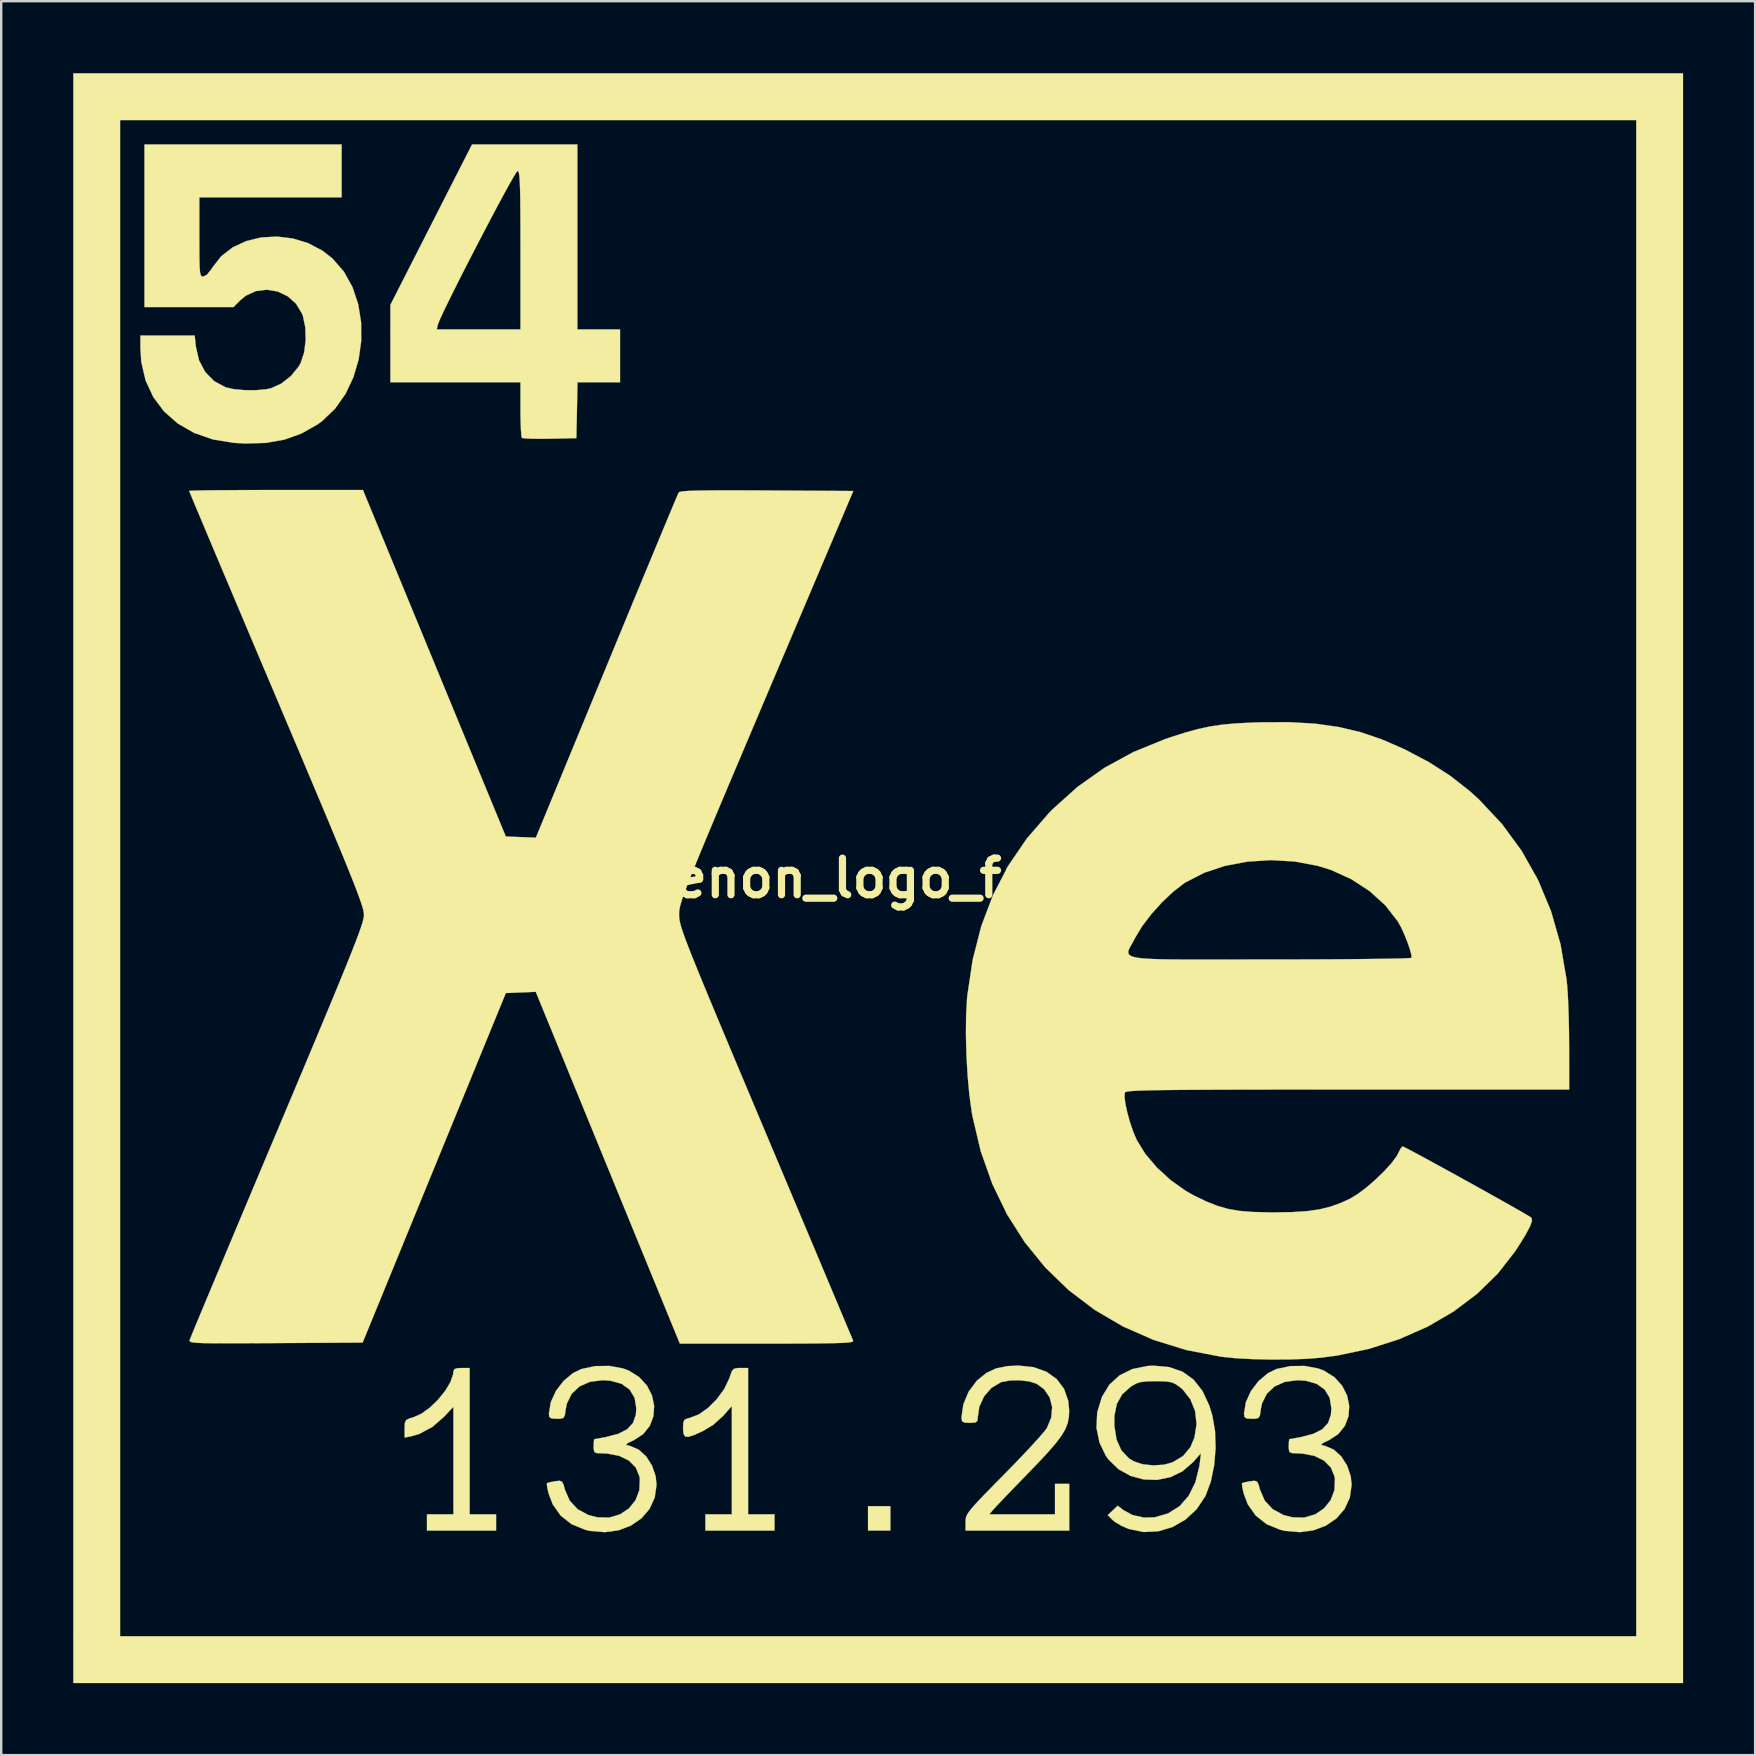
<source format=kicad_pcb>
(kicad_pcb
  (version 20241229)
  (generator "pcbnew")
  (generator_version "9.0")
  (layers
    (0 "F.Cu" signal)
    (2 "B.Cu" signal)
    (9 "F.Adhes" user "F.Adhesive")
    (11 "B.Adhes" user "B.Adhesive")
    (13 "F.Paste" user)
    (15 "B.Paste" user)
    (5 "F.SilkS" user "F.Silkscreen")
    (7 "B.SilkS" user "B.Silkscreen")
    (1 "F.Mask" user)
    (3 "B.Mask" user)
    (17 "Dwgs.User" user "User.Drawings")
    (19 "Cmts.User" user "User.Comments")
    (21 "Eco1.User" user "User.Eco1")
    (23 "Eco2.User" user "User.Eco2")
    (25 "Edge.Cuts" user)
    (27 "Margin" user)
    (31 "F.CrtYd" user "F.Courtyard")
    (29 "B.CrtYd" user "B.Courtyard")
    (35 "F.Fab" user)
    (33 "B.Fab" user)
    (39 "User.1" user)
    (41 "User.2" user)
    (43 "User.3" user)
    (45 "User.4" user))
  (footprint "xenon_logo_front"
    (layer "F.Cu")
    (at 33.533 33.533)
    (property "Reference" "xenon_logo_front" (at 0 0 0) (layer "F.SilkS") (effects (font (size 1.524 1.524) (thickness 0.3))))
    (attr through_hole)
    (fp_poly (pts (xy 0.508 27.178) (xy -0.423 27.178) (xy -0.423 26.162) (xy 0.508 26.162) (xy 0.508 27.178)) (stroke (width 0.01) (type solid)) (fill yes) (layer "F.SilkS"))
    (fp_poly (pts (xy 33.528 33.528) (xy -33.528 33.528) (xy -33.528 -31.581) (xy -31.581 -31.581) (xy -31.581 31.581) (xy 31.581 31.581) (xy 31.581 -31.581) (xy -31.581 -31.581) (xy -33.528 -31.581) (xy -33.528 -33.528) (xy 33.528 -33.528) (xy 33.528 33.528)) (stroke (width 0.01) (type solid)) (fill yes) (layer "F.SilkS"))
    (fp_poly (pts (xy -17.018 26.501) (xy -15.917 26.501) (xy -15.917 27.178) (xy -18.796 27.178) (xy -18.796 26.501) (xy -17.695 26.501) (xy -17.695 22.021) (xy -18.085 22.437) (xy -18.576 22.863) (xy -19.113 23.15) (xy -19.454 23.25) (xy -19.727 23.305) (xy -19.727 22.93) (xy -19.719 22.698) (xy -19.664 22.575) (xy -19.517 22.502) (xy -19.36 22.458) (xy -19.024 22.308) (xy -18.671 22.051) (xy -18.332 21.722) (xy -18.037 21.357) (xy -17.817 20.99) (xy -17.704 20.658) (xy -17.695 20.557) (xy -17.66 20.456) (xy -17.526 20.412) (xy -17.357 20.405) (xy -17.018 20.405) (xy -17.018 26.501)) (stroke (width 0.01) (type solid)) (fill yes) (layer "F.SilkS"))
    (fp_poly (pts (xy -5.419 26.501) (xy -4.318 26.501) (xy -4.318 27.178) (xy -7.197 27.178) (xy -7.197 26.501) (xy -6.096 26.501) (xy -6.096 21.989) (xy -6.452 22.394) (xy -6.873 22.773) (xy -7.32 23.041) (xy -7.677 23.201) (xy -7.911 23.273) (xy -8.047 23.255) (xy -8.111 23.142) (xy -8.128 22.93) (xy -8.128 22.912) (xy -8.118 22.678) (xy -8.067 22.561) (xy -7.937 22.504) (xy -7.853 22.486) (xy -7.473 22.34) (xy -7.083 22.065) (xy -6.717 21.699) (xy -6.412 21.277) (xy -6.2 20.835) (xy -6.176 20.763) (xy -6.099 20.54) (xy -6.007 20.436) (xy -5.847 20.406) (xy -5.744 20.405) (xy -5.419 20.405) (xy -5.419 26.501)) (stroke (width 0.01) (type solid)) (fill yes) (layer "F.SilkS"))
    (fp_poly (pts (xy -12.531 -22.86) (xy -10.753 -22.86) (xy -10.753 -20.659) (xy -12.526 -20.659) (xy -12.549 -19.494) (xy -12.573 -18.33) (xy -13.678 -18.307) (xy -14.095 -18.302) (xy -14.449 -18.307) (xy -14.708 -18.319) (xy -14.836 -18.338) (xy -14.843 -18.342) (xy -14.864 -18.444) (xy -14.882 -18.682) (xy -14.895 -19.023) (xy -14.901 -19.434) (xy -14.901 -19.53) (xy -14.901 -20.659) (xy -20.32 -20.659) (xy -20.32 -22.86) (xy -18.391 -22.86) (xy -14.901 -22.86) (xy -14.901 -26.162) (xy -14.902 -27.011) (xy -14.905 -27.706) (xy -14.91 -28.26) (xy -14.918 -28.689) (xy -14.93 -29.007) (xy -14.945 -29.229) (xy -14.965 -29.369) (xy -14.991 -29.443) (xy -15.021 -29.464) (xy -15.08 -29.391) (xy -15.205 -29.186) (xy -15.386 -28.868) (xy -15.613 -28.455) (xy -15.876 -27.966) (xy -16.165 -27.421) (xy -16.47 -26.838) (xy -16.783 -26.237) (xy -17.092 -25.636) (xy -17.388 -25.055) (xy -17.661 -24.512) (xy -17.901 -24.027) (xy -18.099 -23.619) (xy -18.244 -23.305) (xy -18.326 -23.107) (xy -18.339 -23.067) (xy -18.391 -22.86) (xy -20.32 -22.86) (xy -20.32 -23.883) (xy -18.62 -27.224) (xy -16.919 -30.565) (xy -12.531 -30.565) (xy -12.531 -22.86)) (stroke (width 0.01) (type solid)) (fill yes) (layer "F.SilkS"))
    (fp_poly (pts (xy 6.477 20.371) (xy 7.011 20.562) (xy 7.437 20.867) (xy 7.744 21.276) (xy 7.919 21.778) (xy 7.957 22.177) (xy 7.944 22.447) (xy 7.895 22.698) (xy 7.798 22.951) (xy 7.637 23.223) (xy 7.402 23.537) (xy 7.079 23.912) (xy 6.654 24.368) (xy 6.27 24.765) (xy 5.877 25.17) (xy 5.515 25.543) (xy 5.206 25.866) (xy 4.967 26.117) (xy 4.82 26.276) (xy 4.79 26.31) (xy 4.63 26.501) (xy 7.366 26.501) (xy 7.366 25.231) (xy 7.959 25.231) (xy 7.959 27.178) (xy 3.641 27.178) (xy 3.641 26.823) (xy 3.644 26.713) (xy 3.664 26.61) (xy 3.713 26.499) (xy 3.805 26.362) (xy 3.952 26.183) (xy 4.169 25.945) (xy 4.469 25.633) (xy 4.864 25.229) (xy 5.234 24.854) (xy 5.671 24.407) (xy 6.077 23.982) (xy 6.435 23.599) (xy 6.726 23.277) (xy 6.932 23.037) (xy 7.029 22.907) (xy 7.211 22.47) (xy 7.247 22.033) (xy 7.143 21.628) (xy 6.907 21.285) (xy 6.598 21.061) (xy 6.291 20.964) (xy 5.896 20.918) (xy 5.489 20.925) (xy 5.144 20.99) (xy 5.107 21.003) (xy 4.718 21.235) (xy 4.411 21.587) (xy 4.213 22.021) (xy 4.149 22.458) (xy 4.133 22.607) (xy 4.054 22.674) (xy 3.864 22.69) (xy 3.81 22.691) (xy 3.593 22.68) (xy 3.496 22.626) (xy 3.472 22.494) (xy 3.471 22.452) (xy 3.55 21.914) (xy 3.768 21.393) (xy 4.102 20.945) (xy 4.136 20.911) (xy 4.508 20.612) (xy 4.913 20.422) (xy 5.395 20.326) (xy 5.848 20.305) (xy 6.477 20.371)) (stroke (width 0.01) (type solid)) (fill yes) (layer "F.SilkS"))
    (fp_poly (pts (xy -22.352 -28.363) (xy -28.279 -28.363) (xy -28.279 -26.712) (xy -28.278 -26.145) (xy -28.274 -25.725) (xy -28.265 -25.43) (xy -28.248 -25.238) (xy -28.222 -25.127) (xy -28.184 -25.076) (xy -28.133 -25.062) (xy -28.117 -25.061) (xy -27.964 -25.139) (xy -27.786 -25.356) (xy -27.738 -25.433) (xy -27.365 -25.911) (xy -26.885 -26.281) (xy -26.322 -26.542) (xy -25.702 -26.691) (xy -25.05 -26.728) (xy -24.391 -26.65) (xy -23.75 -26.455) (xy -23.151 -26.141) (xy -22.733 -25.815) (xy -22.254 -25.263) (xy -21.897 -24.619) (xy -21.66 -23.908) (xy -21.539 -23.153) (xy -21.535 -22.378) (xy -21.643 -21.608) (xy -21.862 -20.865) (xy -22.19 -20.173) (xy -22.625 -19.557) (xy -23.164 -19.041) (xy -23.364 -18.897) (xy -24.03 -18.521) (xy -24.734 -18.269) (xy -25.503 -18.133) (xy -26.366 -18.107) (xy -26.839 -18.134) (xy -27.712 -18.276) (xy -28.494 -18.548) (xy -29.175 -18.939) (xy -29.747 -19.441) (xy -30.197 -20.042) (xy -30.518 -20.733) (xy -30.697 -21.503) (xy -30.734 -22.073) (xy -30.734 -22.606) (xy -28.472 -22.606) (xy -28.425 -22.151) (xy -28.293 -21.574) (xy -28.034 -21.085) (xy -27.662 -20.705) (xy -27.191 -20.452) (xy -27.187 -20.45) (xy -26.84 -20.371) (xy -26.397 -20.33) (xy -25.927 -20.328) (xy -25.5 -20.366) (xy -25.296 -20.409) (xy -24.867 -20.602) (xy -24.466 -20.917) (xy -24.146 -21.307) (xy -24.061 -21.456) (xy -23.915 -21.892) (xy -23.849 -22.409) (xy -23.864 -22.94) (xy -23.963 -23.416) (xy -24 -23.515) (xy -24.253 -23.934) (xy -24.605 -24.245) (xy -25.022 -24.441) (xy -25.472 -24.514) (xy -25.924 -24.457) (xy -26.344 -24.264) (xy -26.568 -24.08) (xy -26.856 -23.791) (xy -30.565 -23.791) (xy -30.565 -30.565) (xy -22.352 -30.565) (xy -22.352 -28.363)) (stroke (width 0.01) (type solid)) (fill yes) (layer "F.SilkS"))
    (fp_poly (pts (xy 12.129 20.369) (xy 12.681 20.561) (xy 13.139 20.89) (xy 13.509 21.36) (xy 13.796 21.974) (xy 13.923 22.392) (xy 14.034 23.041) (xy 14.057 23.75) (xy 13.996 24.468) (xy 13.857 25.14) (xy 13.643 25.715) (xy 13.626 25.75) (xy 13.264 26.292) (xy 12.8 26.722) (xy 12.262 27.031) (xy 11.674 27.207) (xy 11.064 27.239) (xy 10.456 27.116) (xy 10.426 27.106) (xy 10.13 26.977) (xy 9.872 26.824) (xy 9.767 26.739) (xy 9.563 26.535) (xy 9.772 26.338) (xy 9.981 26.142) (xy 10.208 26.321) (xy 10.595 26.53) (xy 11.061 26.636) (xy 11.507 26.627) (xy 12.079 26.463) (xy 12.557 26.161) (xy 12.937 25.727) (xy 13.214 25.166) (xy 13.383 24.486) (xy 13.405 24.317) (xy 13.447 23.954) (xy 13.119 24.327) (xy 12.679 24.708) (xy 12.169 24.954) (xy 11.618 25.067) (xy 11.057 25.048) (xy 10.515 24.901) (xy 10.02 24.627) (xy 9.603 24.227) (xy 9.488 24.069) (xy 9.22 23.516) (xy 9.095 22.903) (xy 9.117 22.409) (xy 9.839 22.409) (xy 9.84 22.822) (xy 9.932 23.391) (xy 10.132 23.836) (xy 10.445 24.167) (xy 10.647 24.293) (xy 11.014 24.416) (xy 11.46 24.463) (xy 11.912 24.432) (xy 12.258 24.337) (xy 12.696 24.076) (xy 13.006 23.705) (xy 13.177 23.299) (xy 13.263 22.741) (xy 13.203 22.2) (xy 13.007 21.709) (xy 12.686 21.3) (xy 12.559 21.193) (xy 12.385 21.073) (xy 12.219 21.001) (xy 12.007 20.966) (xy 11.697 20.956) (xy 11.557 20.955) (xy 11.193 20.962) (xy 10.941 20.991) (xy 10.747 21.053) (xy 10.554 21.163) (xy 10.524 21.182) (xy 10.166 21.501) (xy 9.94 21.906) (xy 9.839 22.409) (xy 9.117 22.409) (xy 9.124 22.273) (xy 9.13 22.239) (xy 9.32 21.612) (xy 9.631 21.101) (xy 10.057 20.711) (xy 10.59 20.449) (xy 11.221 20.321) (xy 11.479 20.309) (xy 12.129 20.369)) (stroke (width 0.01) (type solid)) (fill yes) (layer "F.SilkS"))
    (fp_poly (pts (xy -10.624 20.425) (xy -10.382 20.516) (xy -9.948 20.79) (xy -9.627 21.144) (xy -9.421 21.552) (xy -9.332 21.984) (xy -9.362 22.415) (xy -9.513 22.815) (xy -9.788 23.158) (xy -10.163 23.404) (xy -10.4 23.517) (xy -10.499 23.581) (xy -10.475 23.617) (xy -10.345 23.649) (xy -10.343 23.649) (xy -9.98 23.803) (xy -9.664 24.089) (xy -9.419 24.474) (xy -9.268 24.921) (xy -9.232 25.273) (xy -9.309 25.809) (xy -9.527 26.28) (xy -9.864 26.671) (xy -10.301 26.971) (xy -10.816 27.166) (xy -11.39 27.244) (xy -12.003 27.192) (xy -12.208 27.144) (xy -12.772 26.913) (xy -13.225 26.557) (xy -13.557 26.087) (xy -13.728 25.636) (xy -13.783 25.398) (xy -13.803 25.238) (xy -13.796 25.203) (xy -13.695 25.169) (xy -13.496 25.13) (xy -13.455 25.123) (xy -13.272 25.103) (xy -13.17 25.14) (xy -13.104 25.273) (xy -13.048 25.48) (xy -12.85 25.934) (xy -12.521 26.287) (xy -12.074 26.529) (xy -11.697 26.627) (xy -11.201 26.635) (xy -10.756 26.504) (xy -10.383 26.255) (xy -10.107 25.911) (xy -9.948 25.492) (xy -9.93 25.022) (xy -9.945 24.922) (xy -10.096 24.553) (xy -10.383 24.263) (xy -10.788 24.065) (xy -11.295 23.969) (xy -11.493 23.961) (xy -11.719 23.953) (xy -11.823 23.905) (xy -11.852 23.776) (xy -11.853 23.664) (xy -11.846 23.468) (xy -11.827 23.371) (xy -11.823 23.368) (xy -11.729 23.354) (xy -11.522 23.316) (xy -11.351 23.284) (xy -10.828 23.148) (xy -10.455 22.957) (xy -10.216 22.699) (xy -10.096 22.357) (xy -10.076 22.081) (xy -10.147 21.645) (xy -10.354 21.304) (xy -10.689 21.065) (xy -11.143 20.936) (xy -11.485 20.914) (xy -12.011 20.982) (xy -12.444 21.175) (xy -12.768 21.48) (xy -12.967 21.884) (xy -13.017 22.131) (xy -13.05 22.368) (xy -13.108 22.482) (xy -13.232 22.518) (xy -13.388 22.521) (xy -13.602 22.509) (xy -13.695 22.451) (xy -13.716 22.314) (xy -13.716 22.298) (xy -13.638 21.828) (xy -13.426 21.364) (xy -13.108 20.947) (xy -12.717 20.62) (xy -12.363 20.448) (xy -11.788 20.326) (xy -11.187 20.319) (xy -10.624 20.425)) (stroke (width 0.01) (type solid)) (fill yes) (layer "F.SilkS"))
    (fp_poly (pts (xy 18.332 20.425) (xy 18.574 20.516) (xy 19.008 20.79) (xy 19.329 21.144) (xy 19.535 21.552) (xy 19.624 21.984) (xy 19.594 22.415) (xy 19.443 22.815) (xy 19.168 23.158) (xy 18.793 23.404) (xy 18.556 23.517) (xy 18.457 23.581) (xy 18.481 23.617) (xy 18.611 23.649) (xy 18.613 23.649) (xy 18.976 23.803) (xy 19.292 24.089) (xy 19.537 24.474) (xy 19.688 24.921) (xy 19.724 25.273) (xy 19.647 25.809) (xy 19.429 26.28) (xy 19.092 26.671) (xy 18.655 26.971) (xy 18.14 27.166) (xy 17.566 27.244) (xy 16.953 27.192) (xy 16.748 27.144) (xy 16.184 26.913) (xy 15.731 26.557) (xy 15.399 26.087) (xy 15.228 25.636) (xy 15.173 25.398) (xy 15.153 25.238) (xy 15.16 25.203) (xy 15.261 25.169) (xy 15.46 25.13) (xy 15.501 25.123) (xy 15.684 25.103) (xy 15.786 25.14) (xy 15.852 25.273) (xy 15.908 25.48) (xy 16.106 25.934) (xy 16.435 26.287) (xy 16.882 26.529) (xy 17.259 26.627) (xy 17.755 26.635) (xy 18.2 26.504) (xy 18.573 26.255) (xy 18.849 25.911) (xy 19.008 25.492) (xy 19.026 25.022) (xy 19.011 24.922) (xy 18.86 24.553) (xy 18.573 24.263) (xy 18.168 24.065) (xy 17.661 23.969) (xy 17.462 23.961) (xy 17.237 23.953) (xy 17.133 23.905) (xy 17.104 23.776) (xy 17.103 23.664) (xy 17.11 23.468) (xy 17.129 23.371) (xy 17.133 23.368) (xy 17.227 23.354) (xy 17.434 23.316) (xy 17.605 23.284) (xy 18.128 23.148) (xy 18.501 22.957) (xy 18.74 22.699) (xy 18.86 22.357) (xy 18.88 22.081) (xy 18.809 21.645) (xy 18.602 21.304) (xy 18.267 21.065) (xy 17.813 20.936) (xy 17.471 20.914) (xy 16.945 20.982) (xy 16.512 21.175) (xy 16.188 21.48) (xy 15.989 21.884) (xy 15.939 22.131) (xy 15.906 22.368) (xy 15.848 22.482) (xy 15.724 22.518) (xy 15.568 22.521) (xy 15.354 22.509) (xy 15.261 22.451) (xy 15.24 22.314) (xy 15.24 22.298) (xy 15.318 21.828) (xy 15.53 21.364) (xy 15.848 20.947) (xy 16.239 20.62) (xy 16.593 20.448) (xy 17.168 20.326) (xy 17.769 20.319) (xy 18.332 20.425)) (stroke (width 0.01) (type solid)) (fill yes) (layer "F.SilkS"))
    (fp_poly (pts (xy -21.463 -16.17) (xy -18.488 -8.953) (xy -15.512 -1.736) (xy -14.886 -1.711) (xy -14.26 -1.687) (xy -11.318 -8.823) (xy -10.887 -9.868) (xy -10.473 -10.87) (xy -10.082 -11.816) (xy -9.718 -12.696) (xy -9.385 -13.499) (xy -9.088 -14.214) (xy -8.832 -14.828) (xy -8.622 -15.332) (xy -8.462 -15.713) (xy -8.357 -15.961) (xy -8.311 -16.065) (xy -8.31 -16.066) (xy -8.259 -16.093) (xy -8.133 -16.115) (xy -7.921 -16.132) (xy -7.609 -16.144) (xy -7.185 -16.152) (xy -6.635 -16.156) (xy -5.949 -16.157) (xy -5.111 -16.154) (xy -4.64 -16.151) (xy -1.036 -16.129) (xy -4.663 -7.578) (xy -5.231 -6.236) (xy -5.737 -5.042) (xy -6.185 -3.984) (xy -6.576 -3.056) (xy -6.916 -2.246) (xy -7.208 -1.547) (xy -7.456 -0.949) (xy -7.663 -0.443) (xy -7.833 -0.019) (xy -7.969 0.33) (xy -8.076 0.615) (xy -8.156 0.845) (xy -8.214 1.029) (xy -8.253 1.175) (xy -8.277 1.293) (xy -8.289 1.392) (xy -8.293 1.482) (xy -8.293 1.503) (xy -8.292 1.59) (xy -8.285 1.683) (xy -8.267 1.79) (xy -8.237 1.922) (xy -8.189 2.085) (xy -8.12 2.291) (xy -8.028 2.549) (xy -7.907 2.866) (xy -7.755 3.253) (xy -7.567 3.718) (xy -7.341 4.271) (xy -7.072 4.921) (xy -6.758 5.677) (xy -6.393 6.548) (xy -5.976 7.543) (xy -5.501 8.672) (xy -4.966 9.943) (xy -4.691 10.597) (xy -4.209 11.742) (xy -3.745 12.844) (xy -3.304 13.892) (xy -2.889 14.878) (xy -2.505 15.79) (xy -2.157 16.619) (xy -1.848 17.354) (xy -1.582 17.986) (xy -1.365 18.503) (xy -1.2 18.897) (xy -1.091 19.156) (xy -1.043 19.271) (xy -1.041 19.276) (xy -1.056 19.304) (xy -1.131 19.327) (xy -1.28 19.345) (xy -1.516 19.36) (xy -1.853 19.371) (xy -2.304 19.379) (xy -2.883 19.385) (xy -3.602 19.388) (xy -4.475 19.389) (xy -4.63 19.389) (xy -8.262 19.389) (xy -11.263 12.062) (xy -14.264 4.735) (xy -15.51 4.784) (xy -18.493 12.065) (xy -21.476 19.346) (xy -25.099 19.368) (xy -25.977 19.373) (xy -26.701 19.377) (xy -27.285 19.377) (xy -27.743 19.375) (xy -28.091 19.369) (xy -28.343 19.359) (xy -28.514 19.344) (xy -28.618 19.324) (xy -28.671 19.299) (xy -28.686 19.267) (xy -28.682 19.241) (xy -28.644 19.145) (xy -28.545 18.902) (xy -28.389 18.524) (xy -28.179 18.021) (xy -27.921 17.402) (xy -27.618 16.679) (xy -27.275 15.86) (xy -26.897 14.957) (xy -26.486 13.979) (xy -26.048 12.937) (xy -25.587 11.841) (xy -25.107 10.701) (xy -25.031 10.521) (xy -24.458 9.159) (xy -23.947 7.944) (xy -23.496 6.868) (xy -23.1 5.921) (xy -22.757 5.096) (xy -22.462 4.382) (xy -22.213 3.772) (xy -22.005 3.257) (xy -21.835 2.827) (xy -21.7 2.475) (xy -21.596 2.191) (xy -21.52 1.967) (xy -21.468 1.794) (xy -21.437 1.663) (xy -21.422 1.566) (xy -21.421 1.524) (xy -21.427 1.442) (xy -21.448 1.331) (xy -21.489 1.184) (xy -21.551 0.991) (xy -21.639 0.743) (xy -21.756 0.432) (xy -21.905 0.049) (xy -22.091 -0.414) (xy -22.317 -0.967) (xy -22.586 -1.617) (xy -22.901 -2.375) (xy -23.267 -3.248) (xy -23.687 -4.245) (xy -24.164 -5.375) (xy -24.702 -6.647) (xy -25.061 -7.496) (xy -25.546 -8.64) (xy -26.012 -9.741) (xy -26.454 -10.787) (xy -26.869 -11.77) (xy -27.253 -12.678) (xy -27.601 -13.503) (xy -27.909 -14.234) (xy -28.172 -14.86) (xy -28.388 -15.373) (xy -28.55 -15.762) (xy -28.656 -16.017) (xy -28.701 -16.127) (xy -28.702 -16.131) (xy -28.62 -16.14) (xy -28.386 -16.148) (xy -28.018 -16.155) (xy -27.532 -16.161) (xy -26.947 -16.165) (xy -26.278 -16.169) (xy -25.544 -16.17) (xy -25.082 -16.171) (xy -21.463 -16.17)) (stroke (width 0.01) (type solid)) (fill yes) (layer "F.SilkS"))
    (fp_poly (pts (xy 18.204 -6.436) (xy 19.174 -6.3) (xy 20.089 -6.084) (xy 20.983 -5.781) (xy 21.89 -5.386) (xy 21.929 -5.368) (xy 22.944 -4.833) (xy 23.832 -4.264) (xy 24.637 -3.633) (xy 25.024 -3.283) (xy 25.983 -2.26) (xy 26.805 -1.14) (xy 27.488 0.072) (xy 28.029 1.371) (xy 28.425 2.751) (xy 28.674 4.205) (xy 28.703 4.479) (xy 28.728 4.824) (xy 28.75 5.295) (xy 28.768 5.851) (xy 28.78 6.447) (xy 28.784 7.041) (xy 28.784 7.048) (xy 28.787 8.805) (xy 19.555 8.805) (xy 18.09 8.806) (xy 16.786 8.806) (xy 15.632 8.808) (xy 14.621 8.81) (xy 13.742 8.813) (xy 12.988 8.817) (xy 12.349 8.822) (xy 11.816 8.828) (xy 11.379 8.836) (xy 11.03 8.845) (xy 10.76 8.856) (xy 10.56 8.868) (xy 10.421 8.883) (xy 10.333 8.899) (xy 10.287 8.918) (xy 10.276 8.93) (xy 10.263 9.114) (xy 10.302 9.412) (xy 10.383 9.782) (xy 10.495 10.183) (xy 10.628 10.572) (xy 10.767 10.9) (xy 11.124 11.48) (xy 11.609 12.053) (xy 12.187 12.582) (xy 12.818 13.03) (xy 13.166 13.225) (xy 13.676 13.47) (xy 14.134 13.652) (xy 14.58 13.779) (xy 15.057 13.861) (xy 15.606 13.905) (xy 16.268 13.922) (xy 16.51 13.923) (xy 17.25 13.911) (xy 17.86 13.871) (xy 18.377 13.799) (xy 18.838 13.685) (xy 19.282 13.524) (xy 19.643 13.36) (xy 19.961 13.17) (xy 20.327 12.895) (xy 20.707 12.568) (xy 21.067 12.221) (xy 21.373 11.885) (xy 21.592 11.592) (xy 21.667 11.451) (xy 21.761 11.268) (xy 21.843 11.178) (xy 21.852 11.176) (xy 21.94 11.216) (xy 22.155 11.327) (xy 22.477 11.499) (xy 22.885 11.72) (xy 23.358 11.978) (xy 23.877 12.263) (xy 24.42 12.563) (xy 24.968 12.867) (xy 25.499 13.163) (xy 25.994 13.44) (xy 26.432 13.687) (xy 26.791 13.892) (xy 27.053 14.045) (xy 27.196 14.133) (xy 27.215 14.147) (xy 27.238 14.269) (xy 27.158 14.501) (xy 26.974 14.849) (xy 26.684 15.317) (xy 26.522 15.562) (xy 25.806 16.48) (xy 24.955 17.31) (xy 23.981 18.045) (xy 22.899 18.677) (xy 21.72 19.199) (xy 20.459 19.605) (xy 19.128 19.886) (xy 18.44 19.977) (xy 17.829 20.025) (xy 17.117 20.05) (xy 16.357 20.053) (xy 15.601 20.036) (xy 14.905 19.998) (xy 14.321 19.94) (xy 14.297 19.937) (xy 12.846 19.659) (xy 11.478 19.237) (xy 10.2 18.676) (xy 9.017 17.982) (xy 7.936 17.162) (xy 6.963 16.22) (xy 6.104 15.164) (xy 5.365 13.999) (xy 4.752 12.731) (xy 4.27 11.366) (xy 3.927 9.91) (xy 3.897 9.737) (xy 3.8 9.031) (xy 3.726 8.226) (xy 3.677 7.371) (xy 3.656 6.519) (xy 3.663 5.719) (xy 3.701 5.024) (xy 3.713 4.897) (xy 3.937 3.397) (xy 4.007 3.127) (xy 10.42 3.127) (xy 10.467 3.202) (xy 10.574 3.262) (xy 10.752 3.307) (xy 11.012 3.341) (xy 11.364 3.364) (xy 11.82 3.379) (xy 12.389 3.387) (xy 13.083 3.39) (xy 13.912 3.39) (xy 14.886 3.388) (xy 16.017 3.387) (xy 16.293 3.387) (xy 17.276 3.386) (xy 18.208 3.383) (xy 19.076 3.379) (xy 19.866 3.373) (xy 20.565 3.365) (xy 21.159 3.357) (xy 21.634 3.348) (xy 21.976 3.337) (xy 22.172 3.326) (xy 22.215 3.319) (xy 22.213 3.197) (xy 22.152 2.967) (xy 22.05 2.669) (xy 21.921 2.347) (xy 21.782 2.044) (xy 21.65 1.805) (xy 21.129 1.134) (xy 20.475 0.541) (xy 19.714 0.044) (xy 18.87 -0.34) (xy 18.301 -0.517) (xy 17.341 -0.696) (xy 16.358 -0.752) (xy 15.382 -0.689) (xy 14.446 -0.512) (xy 13.579 -0.224) (xy 12.813 0.17) (xy 12.731 0.223) (xy 12.286 0.567) (xy 11.821 1.008) (xy 11.377 1.501) (xy 10.997 2) (xy 10.724 2.452) (xy 10.627 2.633) (xy 10.538 2.789) (xy 10.466 2.922) (xy 10.424 3.034) (xy 10.42 3.127) (xy 4.007 3.127) (xy 4.294 2.001) (xy 4.787 0.699) (xy 5.418 -0.516) (xy 6.192 -1.651) (xy 7.113 -2.714) (xy 7.278 -2.882) (xy 8.312 -3.809) (xy 9.426 -4.597) (xy 10.635 -5.256) (xy 11.955 -5.795) (xy 12.192 -5.875) (xy 12.802 -6.069) (xy 13.335 -6.215) (xy 13.836 -6.323) (xy 14.35 -6.398) (xy 14.922 -6.449) (xy 15.596 -6.482) (xy 15.96 -6.494) (xy 17.144 -6.498) (xy 18.204 -6.436)) (stroke (width 0.01) (type solid)) (fill yes) (layer "F.SilkS")))
  (gr_rect
    (start -3 -3)
    (end 70.066 70.066)
    (stroke (width 0.1) (type default))
    (fill no)
    (layer "Edge.Cuts")))
</source>
